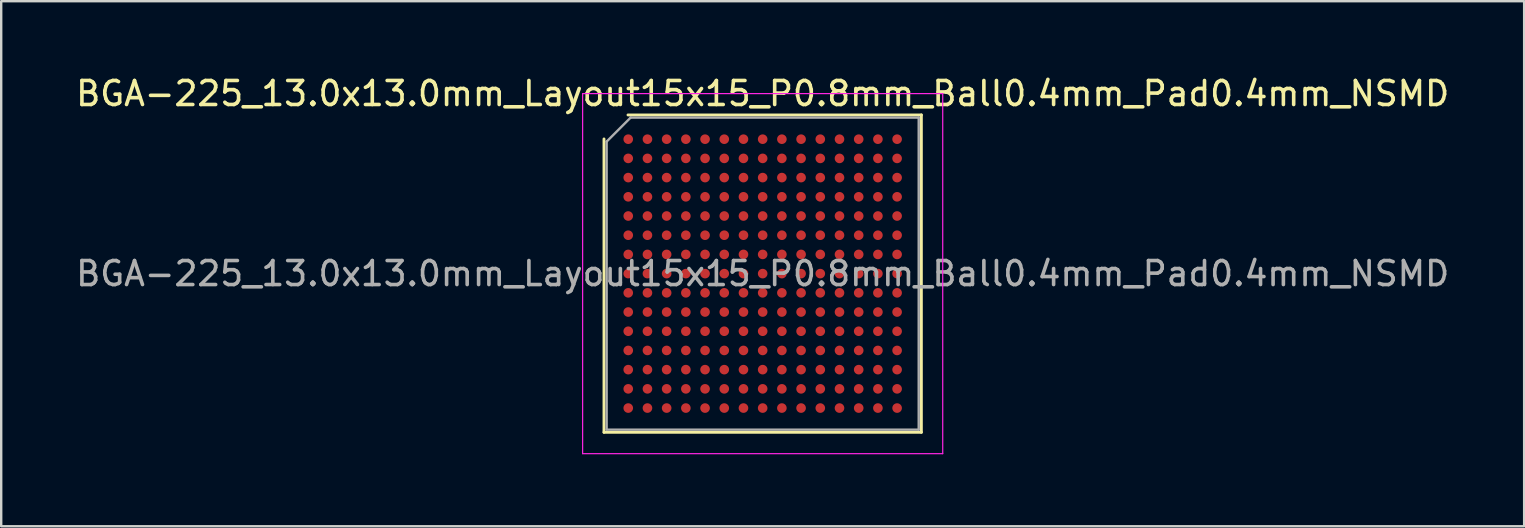
<source format=kicad_pcb>
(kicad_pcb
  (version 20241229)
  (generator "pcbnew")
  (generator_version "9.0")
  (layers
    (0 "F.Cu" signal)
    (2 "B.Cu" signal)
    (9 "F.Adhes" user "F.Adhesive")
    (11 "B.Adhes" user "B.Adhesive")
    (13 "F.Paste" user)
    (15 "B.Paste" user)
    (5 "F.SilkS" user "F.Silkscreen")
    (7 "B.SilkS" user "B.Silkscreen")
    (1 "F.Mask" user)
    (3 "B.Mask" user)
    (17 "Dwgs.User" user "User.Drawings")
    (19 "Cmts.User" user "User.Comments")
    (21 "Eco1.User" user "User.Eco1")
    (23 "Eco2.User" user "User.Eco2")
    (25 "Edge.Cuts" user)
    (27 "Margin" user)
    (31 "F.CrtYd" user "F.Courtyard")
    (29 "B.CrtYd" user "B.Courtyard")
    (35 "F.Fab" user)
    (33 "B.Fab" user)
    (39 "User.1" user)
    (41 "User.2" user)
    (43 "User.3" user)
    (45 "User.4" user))
  (footprint "BGA-225_13.0x13.0mm_Layout15x15_P0.8mm_Ball0.4mm_Pad0.4mm_NSMD"
    (layer "F.Cu")
    (at 28.72 8.348)
    (property "Reference" "BGA-225_13.0x13.0mm_Layout15x15_P0.8mm_Ball0.4mm_Pad0.4mm_NSMD" (at 0 -7.5 0) (layer "F.SilkS") (effects (font (size 1 1) (thickness 0.15))))
    (attr smd)
    (fp_line (start -6.61 6.61) (end -6.61 -5.61) (stroke (width 0.12) (type solid)) (layer "F.SilkS"))
    (fp_line (start -5.61 -6.61) (end 6.61 -6.61) (stroke (width 0.12) (type solid)) (layer "F.SilkS"))
    (fp_line (start 6.61 -6.61) (end 6.61 6.61) (stroke (width 0.12) (type solid)) (layer "F.SilkS"))
    (fp_line (start 6.61 6.61) (end -6.61 6.61) (stroke (width 0.12) (type solid)) (layer "F.SilkS"))
    (fp_line (start -7.5 -7.5) (end -7.5 7.5) (stroke (width 0.05) (type solid)) (layer "F.CrtYd"))
    (fp_line (start -7.5 7.5) (end 7.5 7.5) (stroke (width 0.05) (type solid)) (layer "F.CrtYd"))
    (fp_line (start 7.5 -7.5) (end -7.5 -7.5) (stroke (width 0.05) (type solid)) (layer "F.CrtYd"))
    (fp_line (start 7.5 7.5) (end 7.5 -7.5) (stroke (width 0.05) (type solid)) (layer "F.CrtYd"))
    (fp_line (start -6.5 -5.5) (end -5.5 -6.5) (stroke (width 0.1) (type solid)) (layer "F.Fab"))
    (fp_line (start -6.5 6.5) (end -6.5 -5.5) (stroke (width 0.1) (type solid)) (layer "F.Fab"))
    (fp_line (start -5.5 -6.5) (end 6.5 -6.5) (stroke (width 0.1) (type solid)) (layer "F.Fab"))
    (fp_line (start 6.5 -6.5) (end 6.5 6.5) (stroke (width 0.1) (type solid)) (layer "F.Fab"))
    (fp_line (start 6.5 6.5) (end -6.5 6.5) (stroke (width 0.1) (type solid)) (layer "F.Fab"))
    (fp_text user "${REFERENCE}" (at 0 0 0) (layer "F.Fab") (effects (font (size 1 1) (thickness 0.15))))
    (pad "A1" smd circle (at -5.6 -5.6) (size 0.4 0.4) (layers "F.Cu" "F.Mask" "F.Paste"))
    (pad "A2" smd circle (at -4.8 -5.6) (size 0.4 0.4) (layers "F.Cu" "F.Mask" "F.Paste"))
    (pad "A3" smd circle (at -4 -5.6) (size 0.4 0.4) (layers "F.Cu" "F.Mask" "F.Paste"))
    (pad "A4" smd circle (at -3.2 -5.6) (size 0.4 0.4) (layers "F.Cu" "F.Mask" "F.Paste"))
    (pad "A5" smd circle (at -2.4 -5.6) (size 0.4 0.4) (layers "F.Cu" "F.Mask" "F.Paste"))
    (pad "A6" smd circle (at -1.6 -5.6) (size 0.4 0.4) (layers "F.Cu" "F.Mask" "F.Paste"))
    (pad "A7" smd circle (at -0.8 -5.6) (size 0.4 0.4) (layers "F.Cu" "F.Mask" "F.Paste"))
    (pad "A8" smd circle (at 0 -5.6) (size 0.4 0.4) (layers "F.Cu" "F.Mask" "F.Paste"))
    (pad "A9" smd circle (at 0.8 -5.6) (size 0.4 0.4) (layers "F.Cu" "F.Mask" "F.Paste"))
    (pad "A10" smd circle (at 1.6 -5.6) (size 0.4 0.4) (layers "F.Cu" "F.Mask" "F.Paste"))
    (pad "A11" smd circle (at 2.4 -5.6) (size 0.4 0.4) (layers "F.Cu" "F.Mask" "F.Paste"))
    (pad "A12" smd circle (at 3.2 -5.6) (size 0.4 0.4) (layers "F.Cu" "F.Mask" "F.Paste"))
    (pad "A13" smd circle (at 4 -5.6) (size 0.4 0.4) (layers "F.Cu" "F.Mask" "F.Paste"))
    (pad "A14" smd circle (at 4.8 -5.6) (size 0.4 0.4) (layers "F.Cu" "F.Mask" "F.Paste"))
    (pad "A15" smd circle (at 5.6 -5.6) (size 0.4 0.4) (layers "F.Cu" "F.Mask" "F.Paste"))
    (pad "B1" smd circle (at -5.6 -4.8) (size 0.4 0.4) (layers "F.Cu" "F.Mask" "F.Paste"))
    (pad "B2" smd circle (at -4.8 -4.8) (size 0.4 0.4) (layers "F.Cu" "F.Mask" "F.Paste"))
    (pad "B3" smd circle (at -4 -4.8) (size 0.4 0.4) (layers "F.Cu" "F.Mask" "F.Paste"))
    (pad "B4" smd circle (at -3.2 -4.8) (size 0.4 0.4) (layers "F.Cu" "F.Mask" "F.Paste"))
    (pad "B5" smd circle (at -2.4 -4.8) (size 0.4 0.4) (layers "F.Cu" "F.Mask" "F.Paste"))
    (pad "B6" smd circle (at -1.6 -4.8) (size 0.4 0.4) (layers "F.Cu" "F.Mask" "F.Paste"))
    (pad "B7" smd circle (at -0.8 -4.8) (size 0.4 0.4) (layers "F.Cu" "F.Mask" "F.Paste"))
    (pad "B8" smd circle (at 0 -4.8) (size 0.4 0.4) (layers "F.Cu" "F.Mask" "F.Paste"))
    (pad "B9" smd circle (at 0.8 -4.8) (size 0.4 0.4) (layers "F.Cu" "F.Mask" "F.Paste"))
    (pad "B10" smd circle (at 1.6 -4.8) (size 0.4 0.4) (layers "F.Cu" "F.Mask" "F.Paste"))
    (pad "B11" smd circle (at 2.4 -4.8) (size 0.4 0.4) (layers "F.Cu" "F.Mask" "F.Paste"))
    (pad "B12" smd circle (at 3.2 -4.8) (size 0.4 0.4) (layers "F.Cu" "F.Mask" "F.Paste"))
    (pad "B13" smd circle (at 4 -4.8) (size 0.4 0.4) (layers "F.Cu" "F.Mask" "F.Paste"))
    (pad "B14" smd circle (at 4.8 -4.8) (size 0.4 0.4) (layers "F.Cu" "F.Mask" "F.Paste"))
    (pad "B15" smd circle (at 5.6 -4.8) (size 0.4 0.4) (layers "F.Cu" "F.Mask" "F.Paste"))
    (pad "C1" smd circle (at -5.6 -4) (size 0.4 0.4) (layers "F.Cu" "F.Mask" "F.Paste"))
    (pad "C2" smd circle (at -4.8 -4) (size 0.4 0.4) (layers "F.Cu" "F.Mask" "F.Paste"))
    (pad "C3" smd circle (at -4 -4) (size 0.4 0.4) (layers "F.Cu" "F.Mask" "F.Paste"))
    (pad "C4" smd circle (at -3.2 -4) (size 0.4 0.4) (layers "F.Cu" "F.Mask" "F.Paste"))
    (pad "C5" smd circle (at -2.4 -4) (size 0.4 0.4) (layers "F.Cu" "F.Mask" "F.Paste"))
    (pad "C6" smd circle (at -1.6 -4) (size 0.4 0.4) (layers "F.Cu" "F.Mask" "F.Paste"))
    (pad "C7" smd circle (at -0.8 -4) (size 0.4 0.4) (layers "F.Cu" "F.Mask" "F.Paste"))
    (pad "C8" smd circle (at 0 -4) (size 0.4 0.4) (layers "F.Cu" "F.Mask" "F.Paste"))
    (pad "C9" smd circle (at 0.8 -4) (size 0.4 0.4) (layers "F.Cu" "F.Mask" "F.Paste"))
    (pad "C10" smd circle (at 1.6 -4) (size 0.4 0.4) (layers "F.Cu" "F.Mask" "F.Paste"))
    (pad "C11" smd circle (at 2.4 -4) (size 0.4 0.4) (layers "F.Cu" "F.Mask" "F.Paste"))
    (pad "C12" smd circle (at 3.2 -4) (size 0.4 0.4) (layers "F.Cu" "F.Mask" "F.Paste"))
    (pad "C13" smd circle (at 4 -4) (size 0.4 0.4) (layers "F.Cu" "F.Mask" "F.Paste"))
    (pad "C14" smd circle (at 4.8 -4) (size 0.4 0.4) (layers "F.Cu" "F.Mask" "F.Paste"))
    (pad "C15" smd circle (at 5.6 -4) (size 0.4 0.4) (layers "F.Cu" "F.Mask" "F.Paste"))
    (pad "D1" smd circle (at -5.6 -3.2) (size 0.4 0.4) (layers "F.Cu" "F.Mask" "F.Paste"))
    (pad "D2" smd circle (at -4.8 -3.2) (size 0.4 0.4) (layers "F.Cu" "F.Mask" "F.Paste"))
    (pad "D3" smd circle (at -4 -3.2) (size 0.4 0.4) (layers "F.Cu" "F.Mask" "F.Paste"))
    (pad "D4" smd circle (at -3.2 -3.2) (size 0.4 0.4) (layers "F.Cu" "F.Mask" "F.Paste"))
    (pad "D5" smd circle (at -2.4 -3.2) (size 0.4 0.4) (layers "F.Cu" "F.Mask" "F.Paste"))
    (pad "D6" smd circle (at -1.6 -3.2) (size 0.4 0.4) (layers "F.Cu" "F.Mask" "F.Paste"))
    (pad "D7" smd circle (at -0.8 -3.2) (size 0.4 0.4) (layers "F.Cu" "F.Mask" "F.Paste"))
    (pad "D8" smd circle (at 0 -3.2) (size 0.4 0.4) (layers "F.Cu" "F.Mask" "F.Paste"))
    (pad "D9" smd circle (at 0.8 -3.2) (size 0.4 0.4) (layers "F.Cu" "F.Mask" "F.Paste"))
    (pad "D10" smd circle (at 1.6 -3.2) (size 0.4 0.4) (layers "F.Cu" "F.Mask" "F.Paste"))
    (pad "D11" smd circle (at 2.4 -3.2) (size 0.4 0.4) (layers "F.Cu" "F.Mask" "F.Paste"))
    (pad "D12" smd circle (at 3.2 -3.2) (size 0.4 0.4) (layers "F.Cu" "F.Mask" "F.Paste"))
    (pad "D13" smd circle (at 4 -3.2) (size 0.4 0.4) (layers "F.Cu" "F.Mask" "F.Paste"))
    (pad "D14" smd circle (at 4.8 -3.2) (size 0.4 0.4) (layers "F.Cu" "F.Mask" "F.Paste"))
    (pad "D15" smd circle (at 5.6 -3.2) (size 0.4 0.4) (layers "F.Cu" "F.Mask" "F.Paste"))
    (pad "E1" smd circle (at -5.6 -2.4) (size 0.4 0.4) (layers "F.Cu" "F.Mask" "F.Paste"))
    (pad "E2" smd circle (at -4.8 -2.4) (size 0.4 0.4) (layers "F.Cu" "F.Mask" "F.Paste"))
    (pad "E3" smd circle (at -4 -2.4) (size 0.4 0.4) (layers "F.Cu" "F.Mask" "F.Paste"))
    (pad "E4" smd circle (at -3.2 -2.4) (size 0.4 0.4) (layers "F.Cu" "F.Mask" "F.Paste"))
    (pad "E5" smd circle (at -2.4 -2.4) (size 0.4 0.4) (layers "F.Cu" "F.Mask" "F.Paste"))
    (pad "E6" smd circle (at -1.6 -2.4) (size 0.4 0.4) (layers "F.Cu" "F.Mask" "F.Paste"))
    (pad "E7" smd circle (at -0.8 -2.4) (size 0.4 0.4) (layers "F.Cu" "F.Mask" "F.Paste"))
    (pad "E8" smd circle (at 0 -2.4) (size 0.4 0.4) (layers "F.Cu" "F.Mask" "F.Paste"))
    (pad "E9" smd circle (at 0.8 -2.4) (size 0.4 0.4) (layers "F.Cu" "F.Mask" "F.Paste"))
    (pad "E10" smd circle (at 1.6 -2.4) (size 0.4 0.4) (layers "F.Cu" "F.Mask" "F.Paste"))
    (pad "E11" smd circle (at 2.4 -2.4) (size 0.4 0.4) (layers "F.Cu" "F.Mask" "F.Paste"))
    (pad "E12" smd circle (at 3.2 -2.4) (size 0.4 0.4) (layers "F.Cu" "F.Mask" "F.Paste"))
    (pad "E13" smd circle (at 4 -2.4) (size 0.4 0.4) (layers "F.Cu" "F.Mask" "F.Paste"))
    (pad "E14" smd circle (at 4.8 -2.4) (size 0.4 0.4) (layers "F.Cu" "F.Mask" "F.Paste"))
    (pad "E15" smd circle (at 5.6 -2.4) (size 0.4 0.4) (layers "F.Cu" "F.Mask" "F.Paste"))
    (pad "F1" smd circle (at -5.6 -1.6) (size 0.4 0.4) (layers "F.Cu" "F.Mask" "F.Paste"))
    (pad "F2" smd circle (at -4.8 -1.6) (size 0.4 0.4) (layers "F.Cu" "F.Mask" "F.Paste"))
    (pad "F3" smd circle (at -4 -1.6) (size 0.4 0.4) (layers "F.Cu" "F.Mask" "F.Paste"))
    (pad "F4" smd circle (at -3.2 -1.6) (size 0.4 0.4) (layers "F.Cu" "F.Mask" "F.Paste"))
    (pad "F5" smd circle (at -2.4 -1.6) (size 0.4 0.4) (layers "F.Cu" "F.Mask" "F.Paste"))
    (pad "F6" smd circle (at -1.6 -1.6) (size 0.4 0.4) (layers "F.Cu" "F.Mask" "F.Paste"))
    (pad "F7" smd circle (at -0.8 -1.6) (size 0.4 0.4) (layers "F.Cu" "F.Mask" "F.Paste"))
    (pad "F8" smd circle (at 0 -1.6) (size 0.4 0.4) (layers "F.Cu" "F.Mask" "F.Paste"))
    (pad "F9" smd circle (at 0.8 -1.6) (size 0.4 0.4) (layers "F.Cu" "F.Mask" "F.Paste"))
    (pad "F10" smd circle (at 1.6 -1.6) (size 0.4 0.4) (layers "F.Cu" "F.Mask" "F.Paste"))
    (pad "F11" smd circle (at 2.4 -1.6) (size 0.4 0.4) (layers "F.Cu" "F.Mask" "F.Paste"))
    (pad "F12" smd circle (at 3.2 -1.6) (size 0.4 0.4) (layers "F.Cu" "F.Mask" "F.Paste"))
    (pad "F13" smd circle (at 4 -1.6) (size 0.4 0.4) (layers "F.Cu" "F.Mask" "F.Paste"))
    (pad "F14" smd circle (at 4.8 -1.6) (size 0.4 0.4) (layers "F.Cu" "F.Mask" "F.Paste"))
    (pad "F15" smd circle (at 5.6 -1.6) (size 0.4 0.4) (layers "F.Cu" "F.Mask" "F.Paste"))
    (pad "G1" smd circle (at -5.6 -0.8) (size 0.4 0.4) (layers "F.Cu" "F.Mask" "F.Paste"))
    (pad "G2" smd circle (at -4.8 -0.8) (size 0.4 0.4) (layers "F.Cu" "F.Mask" "F.Paste"))
    (pad "G3" smd circle (at -4 -0.8) (size 0.4 0.4) (layers "F.Cu" "F.Mask" "F.Paste"))
    (pad "G4" smd circle (at -3.2 -0.8) (size 0.4 0.4) (layers "F.Cu" "F.Mask" "F.Paste"))
    (pad "G5" smd circle (at -2.4 -0.8) (size 0.4 0.4) (layers "F.Cu" "F.Mask" "F.Paste"))
    (pad "G6" smd circle (at -1.6 -0.8) (size 0.4 0.4) (layers "F.Cu" "F.Mask" "F.Paste"))
    (pad "G7" smd circle (at -0.8 -0.8) (size 0.4 0.4) (layers "F.Cu" "F.Mask" "F.Paste"))
    (pad "G8" smd circle (at 0 -0.8) (size 0.4 0.4) (layers "F.Cu" "F.Mask" "F.Paste"))
    (pad "G9" smd circle (at 0.8 -0.8) (size 0.4 0.4) (layers "F.Cu" "F.Mask" "F.Paste"))
    (pad "G10" smd circle (at 1.6 -0.8) (size 0.4 0.4) (layers "F.Cu" "F.Mask" "F.Paste"))
    (pad "G11" smd circle (at 2.4 -0.8) (size 0.4 0.4) (layers "F.Cu" "F.Mask" "F.Paste"))
    (pad "G12" smd circle (at 3.2 -0.8) (size 0.4 0.4) (layers "F.Cu" "F.Mask" "F.Paste"))
    (pad "G13" smd circle (at 4 -0.8) (size 0.4 0.4) (layers "F.Cu" "F.Mask" "F.Paste"))
    (pad "G14" smd circle (at 4.8 -0.8) (size 0.4 0.4) (layers "F.Cu" "F.Mask" "F.Paste"))
    (pad "G15" smd circle (at 5.6 -0.8) (size 0.4 0.4) (layers "F.Cu" "F.Mask" "F.Paste"))
    (pad "H1" smd circle (at -5.6 0) (size 0.4 0.4) (layers "F.Cu" "F.Mask" "F.Paste"))
    (pad "H2" smd circle (at -4.8 0) (size 0.4 0.4) (layers "F.Cu" "F.Mask" "F.Paste"))
    (pad "H3" smd circle (at -4 0) (size 0.4 0.4) (layers "F.Cu" "F.Mask" "F.Paste"))
    (pad "H4" smd circle (at -3.2 0) (size 0.4 0.4) (layers "F.Cu" "F.Mask" "F.Paste"))
    (pad "H5" smd circle (at -2.4 0) (size 0.4 0.4) (layers "F.Cu" "F.Mask" "F.Paste"))
    (pad "H6" smd circle (at -1.6 0) (size 0.4 0.4) (layers "F.Cu" "F.Mask" "F.Paste"))
    (pad "H7" smd circle (at -0.8 0) (size 0.4 0.4) (layers "F.Cu" "F.Mask" "F.Paste"))
    (pad "H8" smd circle (at 0 0) (size 0.4 0.4) (layers "F.Cu" "F.Mask" "F.Paste"))
    (pad "H9" smd circle (at 0.8 0) (size 0.4 0.4) (layers "F.Cu" "F.Mask" "F.Paste"))
    (pad "H10" smd circle (at 1.6 0) (size 0.4 0.4) (layers "F.Cu" "F.Mask" "F.Paste"))
    (pad "H11" smd circle (at 2.4 0) (size 0.4 0.4) (layers "F.Cu" "F.Mask" "F.Paste"))
    (pad "H12" smd circle (at 3.2 0) (size 0.4 0.4) (layers "F.Cu" "F.Mask" "F.Paste"))
    (pad "H13" smd circle (at 4 0) (size 0.4 0.4) (layers "F.Cu" "F.Mask" "F.Paste"))
    (pad "H14" smd circle (at 4.8 0) (size 0.4 0.4) (layers "F.Cu" "F.Mask" "F.Paste"))
    (pad "H15" smd circle (at 5.6 0) (size 0.4 0.4) (layers "F.Cu" "F.Mask" "F.Paste"))
    (pad "J1" smd circle (at -5.6 0.8) (size 0.4 0.4) (layers "F.Cu" "F.Mask" "F.Paste"))
    (pad "J2" smd circle (at -4.8 0.8) (size 0.4 0.4) (layers "F.Cu" "F.Mask" "F.Paste"))
    (pad "J3" smd circle (at -4 0.8) (size 0.4 0.4) (layers "F.Cu" "F.Mask" "F.Paste"))
    (pad "J4" smd circle (at -3.2 0.8) (size 0.4 0.4) (layers "F.Cu" "F.Mask" "F.Paste"))
    (pad "J5" smd circle (at -2.4 0.8) (size 0.4 0.4) (layers "F.Cu" "F.Mask" "F.Paste"))
    (pad "J6" smd circle (at -1.6 0.8) (size 0.4 0.4) (layers "F.Cu" "F.Mask" "F.Paste"))
    (pad "J7" smd circle (at -0.8 0.8) (size 0.4 0.4) (layers "F.Cu" "F.Mask" "F.Paste"))
    (pad "J8" smd circle (at 0 0.8) (size 0.4 0.4) (layers "F.Cu" "F.Mask" "F.Paste"))
    (pad "J9" smd circle (at 0.8 0.8) (size 0.4 0.4) (layers "F.Cu" "F.Mask" "F.Paste"))
    (pad "J10" smd circle (at 1.6 0.8) (size 0.4 0.4) (layers "F.Cu" "F.Mask" "F.Paste"))
    (pad "J11" smd circle (at 2.4 0.8) (size 0.4 0.4) (layers "F.Cu" "F.Mask" "F.Paste"))
    (pad "J12" smd circle (at 3.2 0.8) (size 0.4 0.4) (layers "F.Cu" "F.Mask" "F.Paste"))
    (pad "J13" smd circle (at 4 0.8) (size 0.4 0.4) (layers "F.Cu" "F.Mask" "F.Paste"))
    (pad "J14" smd circle (at 4.8 0.8) (size 0.4 0.4) (layers "F.Cu" "F.Mask" "F.Paste"))
    (pad "J15" smd circle (at 5.6 0.8) (size 0.4 0.4) (layers "F.Cu" "F.Mask" "F.Paste"))
    (pad "K1" smd circle (at -5.6 1.6) (size 0.4 0.4) (layers "F.Cu" "F.Mask" "F.Paste"))
    (pad "K2" smd circle (at -4.8 1.6) (size 0.4 0.4) (layers "F.Cu" "F.Mask" "F.Paste"))
    (pad "K3" smd circle (at -4 1.6) (size 0.4 0.4) (layers "F.Cu" "F.Mask" "F.Paste"))
    (pad "K4" smd circle (at -3.2 1.6) (size 0.4 0.4) (layers "F.Cu" "F.Mask" "F.Paste"))
    (pad "K5" smd circle (at -2.4 1.6) (size 0.4 0.4) (layers "F.Cu" "F.Mask" "F.Paste"))
    (pad "K6" smd circle (at -1.6 1.6) (size 0.4 0.4) (layers "F.Cu" "F.Mask" "F.Paste"))
    (pad "K7" smd circle (at -0.8 1.6) (size 0.4 0.4) (layers "F.Cu" "F.Mask" "F.Paste"))
    (pad "K8" smd circle (at 0 1.6) (size 0.4 0.4) (layers "F.Cu" "F.Mask" "F.Paste"))
    (pad "K9" smd circle (at 0.8 1.6) (size 0.4 0.4) (layers "F.Cu" "F.Mask" "F.Paste"))
    (pad "K10" smd circle (at 1.6 1.6) (size 0.4 0.4) (layers "F.Cu" "F.Mask" "F.Paste"))
    (pad "K11" smd circle (at 2.4 1.6) (size 0.4 0.4) (layers "F.Cu" "F.Mask" "F.Paste"))
    (pad "K12" smd circle (at 3.2 1.6) (size 0.4 0.4) (layers "F.Cu" "F.Mask" "F.Paste"))
    (pad "K13" smd circle (at 4 1.6) (size 0.4 0.4) (layers "F.Cu" "F.Mask" "F.Paste"))
    (pad "K14" smd circle (at 4.8 1.6) (size 0.4 0.4) (layers "F.Cu" "F.Mask" "F.Paste"))
    (pad "K15" smd circle (at 5.6 1.6) (size 0.4 0.4) (layers "F.Cu" "F.Mask" "F.Paste"))
    (pad "L1" smd circle (at -5.6 2.4) (size 0.4 0.4) (layers "F.Cu" "F.Mask" "F.Paste"))
    (pad "L2" smd circle (at -4.8 2.4) (size 0.4 0.4) (layers "F.Cu" "F.Mask" "F.Paste"))
    (pad "L3" smd circle (at -4 2.4) (size 0.4 0.4) (layers "F.Cu" "F.Mask" "F.Paste"))
    (pad "L4" smd circle (at -3.2 2.4) (size 0.4 0.4) (layers "F.Cu" "F.Mask" "F.Paste"))
    (pad "L5" smd circle (at -2.4 2.4) (size 0.4 0.4) (layers "F.Cu" "F.Mask" "F.Paste"))
    (pad "L6" smd circle (at -1.6 2.4) (size 0.4 0.4) (layers "F.Cu" "F.Mask" "F.Paste"))
    (pad "L7" smd circle (at -0.8 2.4) (size 0.4 0.4) (layers "F.Cu" "F.Mask" "F.Paste"))
    (pad "L8" smd circle (at 0 2.4) (size 0.4 0.4) (layers "F.Cu" "F.Mask" "F.Paste"))
    (pad "L9" smd circle (at 0.8 2.4) (size 0.4 0.4) (layers "F.Cu" "F.Mask" "F.Paste"))
    (pad "L10" smd circle (at 1.6 2.4) (size 0.4 0.4) (layers "F.Cu" "F.Mask" "F.Paste"))
    (pad "L11" smd circle (at 2.4 2.4) (size 0.4 0.4) (layers "F.Cu" "F.Mask" "F.Paste"))
    (pad "L12" smd circle (at 3.2 2.4) (size 0.4 0.4) (layers "F.Cu" "F.Mask" "F.Paste"))
    (pad "L13" smd circle (at 4 2.4) (size 0.4 0.4) (layers "F.Cu" "F.Mask" "F.Paste"))
    (pad "L14" smd circle (at 4.8 2.4) (size 0.4 0.4) (layers "F.Cu" "F.Mask" "F.Paste"))
    (pad "L15" smd circle (at 5.6 2.4) (size 0.4 0.4) (layers "F.Cu" "F.Mask" "F.Paste"))
    (pad "M1" smd circle (at -5.6 3.2) (size 0.4 0.4) (layers "F.Cu" "F.Mask" "F.Paste"))
    (pad "M2" smd circle (at -4.8 3.2) (size 0.4 0.4) (layers "F.Cu" "F.Mask" "F.Paste"))
    (pad "M3" smd circle (at -4 3.2) (size 0.4 0.4) (layers "F.Cu" "F.Mask" "F.Paste"))
    (pad "M4" smd circle (at -3.2 3.2) (size 0.4 0.4) (layers "F.Cu" "F.Mask" "F.Paste"))
    (pad "M5" smd circle (at -2.4 3.2) (size 0.4 0.4) (layers "F.Cu" "F.Mask" "F.Paste"))
    (pad "M6" smd circle (at -1.6 3.2) (size 0.4 0.4) (layers "F.Cu" "F.Mask" "F.Paste"))
    (pad "M7" smd circle (at -0.8 3.2) (size 0.4 0.4) (layers "F.Cu" "F.Mask" "F.Paste"))
    (pad "M8" smd circle (at 0 3.2) (size 0.4 0.4) (layers "F.Cu" "F.Mask" "F.Paste"))
    (pad "M9" smd circle (at 0.8 3.2) (size 0.4 0.4) (layers "F.Cu" "F.Mask" "F.Paste"))
    (pad "M10" smd circle (at 1.6 3.2) (size 0.4 0.4) (layers "F.Cu" "F.Mask" "F.Paste"))
    (pad "M11" smd circle (at 2.4 3.2) (size 0.4 0.4) (layers "F.Cu" "F.Mask" "F.Paste"))
    (pad "M12" smd circle (at 3.2 3.2) (size 0.4 0.4) (layers "F.Cu" "F.Mask" "F.Paste"))
    (pad "M13" smd circle (at 4 3.2) (size 0.4 0.4) (layers "F.Cu" "F.Mask" "F.Paste"))
    (pad "M14" smd circle (at 4.8 3.2) (size 0.4 0.4) (layers "F.Cu" "F.Mask" "F.Paste"))
    (pad "M15" smd circle (at 5.6 3.2) (size 0.4 0.4) (layers "F.Cu" "F.Mask" "F.Paste"))
    (pad "N1" smd circle (at -5.6 4) (size 0.4 0.4) (layers "F.Cu" "F.Mask" "F.Paste"))
    (pad "N2" smd circle (at -4.8 4) (size 0.4 0.4) (layers "F.Cu" "F.Mask" "F.Paste"))
    (pad "N3" smd circle (at -4 4) (size 0.4 0.4) (layers "F.Cu" "F.Mask" "F.Paste"))
    (pad "N4" smd circle (at -3.2 4) (size 0.4 0.4) (layers "F.Cu" "F.Mask" "F.Paste"))
    (pad "N5" smd circle (at -2.4 4) (size 0.4 0.4) (layers "F.Cu" "F.Mask" "F.Paste"))
    (pad "N6" smd circle (at -1.6 4) (size 0.4 0.4) (layers "F.Cu" "F.Mask" "F.Paste"))
    (pad "N7" smd circle (at -0.8 4) (size 0.4 0.4) (layers "F.Cu" "F.Mask" "F.Paste"))
    (pad "N8" smd circle (at 0 4) (size 0.4 0.4) (layers "F.Cu" "F.Mask" "F.Paste"))
    (pad "N9" smd circle (at 0.8 4) (size 0.4 0.4) (layers "F.Cu" "F.Mask" "F.Paste"))
    (pad "N10" smd circle (at 1.6 4) (size 0.4 0.4) (layers "F.Cu" "F.Mask" "F.Paste"))
    (pad "N11" smd circle (at 2.4 4) (size 0.4 0.4) (layers "F.Cu" "F.Mask" "F.Paste"))
    (pad "N12" smd circle (at 3.2 4) (size 0.4 0.4) (layers "F.Cu" "F.Mask" "F.Paste"))
    (pad "N13" smd circle (at 4 4) (size 0.4 0.4) (layers "F.Cu" "F.Mask" "F.Paste"))
    (pad "N14" smd circle (at 4.8 4) (size 0.4 0.4) (layers "F.Cu" "F.Mask" "F.Paste"))
    (pad "N15" smd circle (at 5.6 4) (size 0.4 0.4) (layers "F.Cu" "F.Mask" "F.Paste"))
    (pad "P1" smd circle (at -5.6 4.8) (size 0.4 0.4) (layers "F.Cu" "F.Mask" "F.Paste"))
    (pad "P2" smd circle (at -4.8 4.8) (size 0.4 0.4) (layers "F.Cu" "F.Mask" "F.Paste"))
    (pad "P3" smd circle (at -4 4.8) (size 0.4 0.4) (layers "F.Cu" "F.Mask" "F.Paste"))
    (pad "P4" smd circle (at -3.2 4.8) (size 0.4 0.4) (layers "F.Cu" "F.Mask" "F.Paste"))
    (pad "P5" smd circle (at -2.4 4.8) (size 0.4 0.4) (layers "F.Cu" "F.Mask" "F.Paste"))
    (pad "P6" smd circle (at -1.6 4.8) (size 0.4 0.4) (layers "F.Cu" "F.Mask" "F.Paste"))
    (pad "P7" smd circle (at -0.8 4.8) (size 0.4 0.4) (layers "F.Cu" "F.Mask" "F.Paste"))
    (pad "P8" smd circle (at 0 4.8) (size 0.4 0.4) (layers "F.Cu" "F.Mask" "F.Paste"))
    (pad "P9" smd circle (at 0.8 4.8) (size 0.4 0.4) (layers "F.Cu" "F.Mask" "F.Paste"))
    (pad "P10" smd circle (at 1.6 4.8) (size 0.4 0.4) (layers "F.Cu" "F.Mask" "F.Paste"))
    (pad "P11" smd circle (at 2.4 4.8) (size 0.4 0.4) (layers "F.Cu" "F.Mask" "F.Paste"))
    (pad "P12" smd circle (at 3.2 4.8) (size 0.4 0.4) (layers "F.Cu" "F.Mask" "F.Paste"))
    (pad "P13" smd circle (at 4 4.8) (size 0.4 0.4) (layers "F.Cu" "F.Mask" "F.Paste"))
    (pad "P14" smd circle (at 4.8 4.8) (size 0.4 0.4) (layers "F.Cu" "F.Mask" "F.Paste"))
    (pad "P15" smd circle (at 5.6 4.8) (size 0.4 0.4) (layers "F.Cu" "F.Mask" "F.Paste"))
    (pad "R1" smd circle (at -5.6 5.6) (size 0.4 0.4) (layers "F.Cu" "F.Mask" "F.Paste"))
    (pad "R2" smd circle (at -4.8 5.6) (size 0.4 0.4) (layers "F.Cu" "F.Mask" "F.Paste"))
    (pad "R3" smd circle (at -4 5.6) (size 0.4 0.4) (layers "F.Cu" "F.Mask" "F.Paste"))
    (pad "R4" smd circle (at -3.2 5.6) (size 0.4 0.4) (layers "F.Cu" "F.Mask" "F.Paste"))
    (pad "R5" smd circle (at -2.4 5.6) (size 0.4 0.4) (layers "F.Cu" "F.Mask" "F.Paste"))
    (pad "R6" smd circle (at -1.6 5.6) (size 0.4 0.4) (layers "F.Cu" "F.Mask" "F.Paste"))
    (pad "R7" smd circle (at -0.8 5.6) (size 0.4 0.4) (layers "F.Cu" "F.Mask" "F.Paste"))
    (pad "R8" smd circle (at 0 5.6) (size 0.4 0.4) (layers "F.Cu" "F.Mask" "F.Paste"))
    (pad "R9" smd circle (at 0.8 5.6) (size 0.4 0.4) (layers "F.Cu" "F.Mask" "F.Paste"))
    (pad "R10" smd circle (at 1.6 5.6) (size 0.4 0.4) (layers "F.Cu" "F.Mask" "F.Paste"))
    (pad "R11" smd circle (at 2.4 5.6) (size 0.4 0.4) (layers "F.Cu" "F.Mask" "F.Paste"))
    (pad "R12" smd circle (at 3.2 5.6) (size 0.4 0.4) (layers "F.Cu" "F.Mask" "F.Paste"))
    (pad "R13" smd circle (at 4 5.6) (size 0.4 0.4) (layers "F.Cu" "F.Mask" "F.Paste"))
    (pad "R14" smd circle (at 4.8 5.6) (size 0.4 0.4) (layers "F.Cu" "F.Mask" "F.Paste"))
    (pad "R15" smd circle (at 5.6 5.6) (size 0.4 0.4) (layers "F.Cu" "F.Mask" "F.Paste")))
  (gr_rect
    (start -3 -3)
    (end 60.44 18.873)
    (stroke (width 0.1) (type default))
    (fill no)
    (layer "Edge.Cuts")))
</source>
